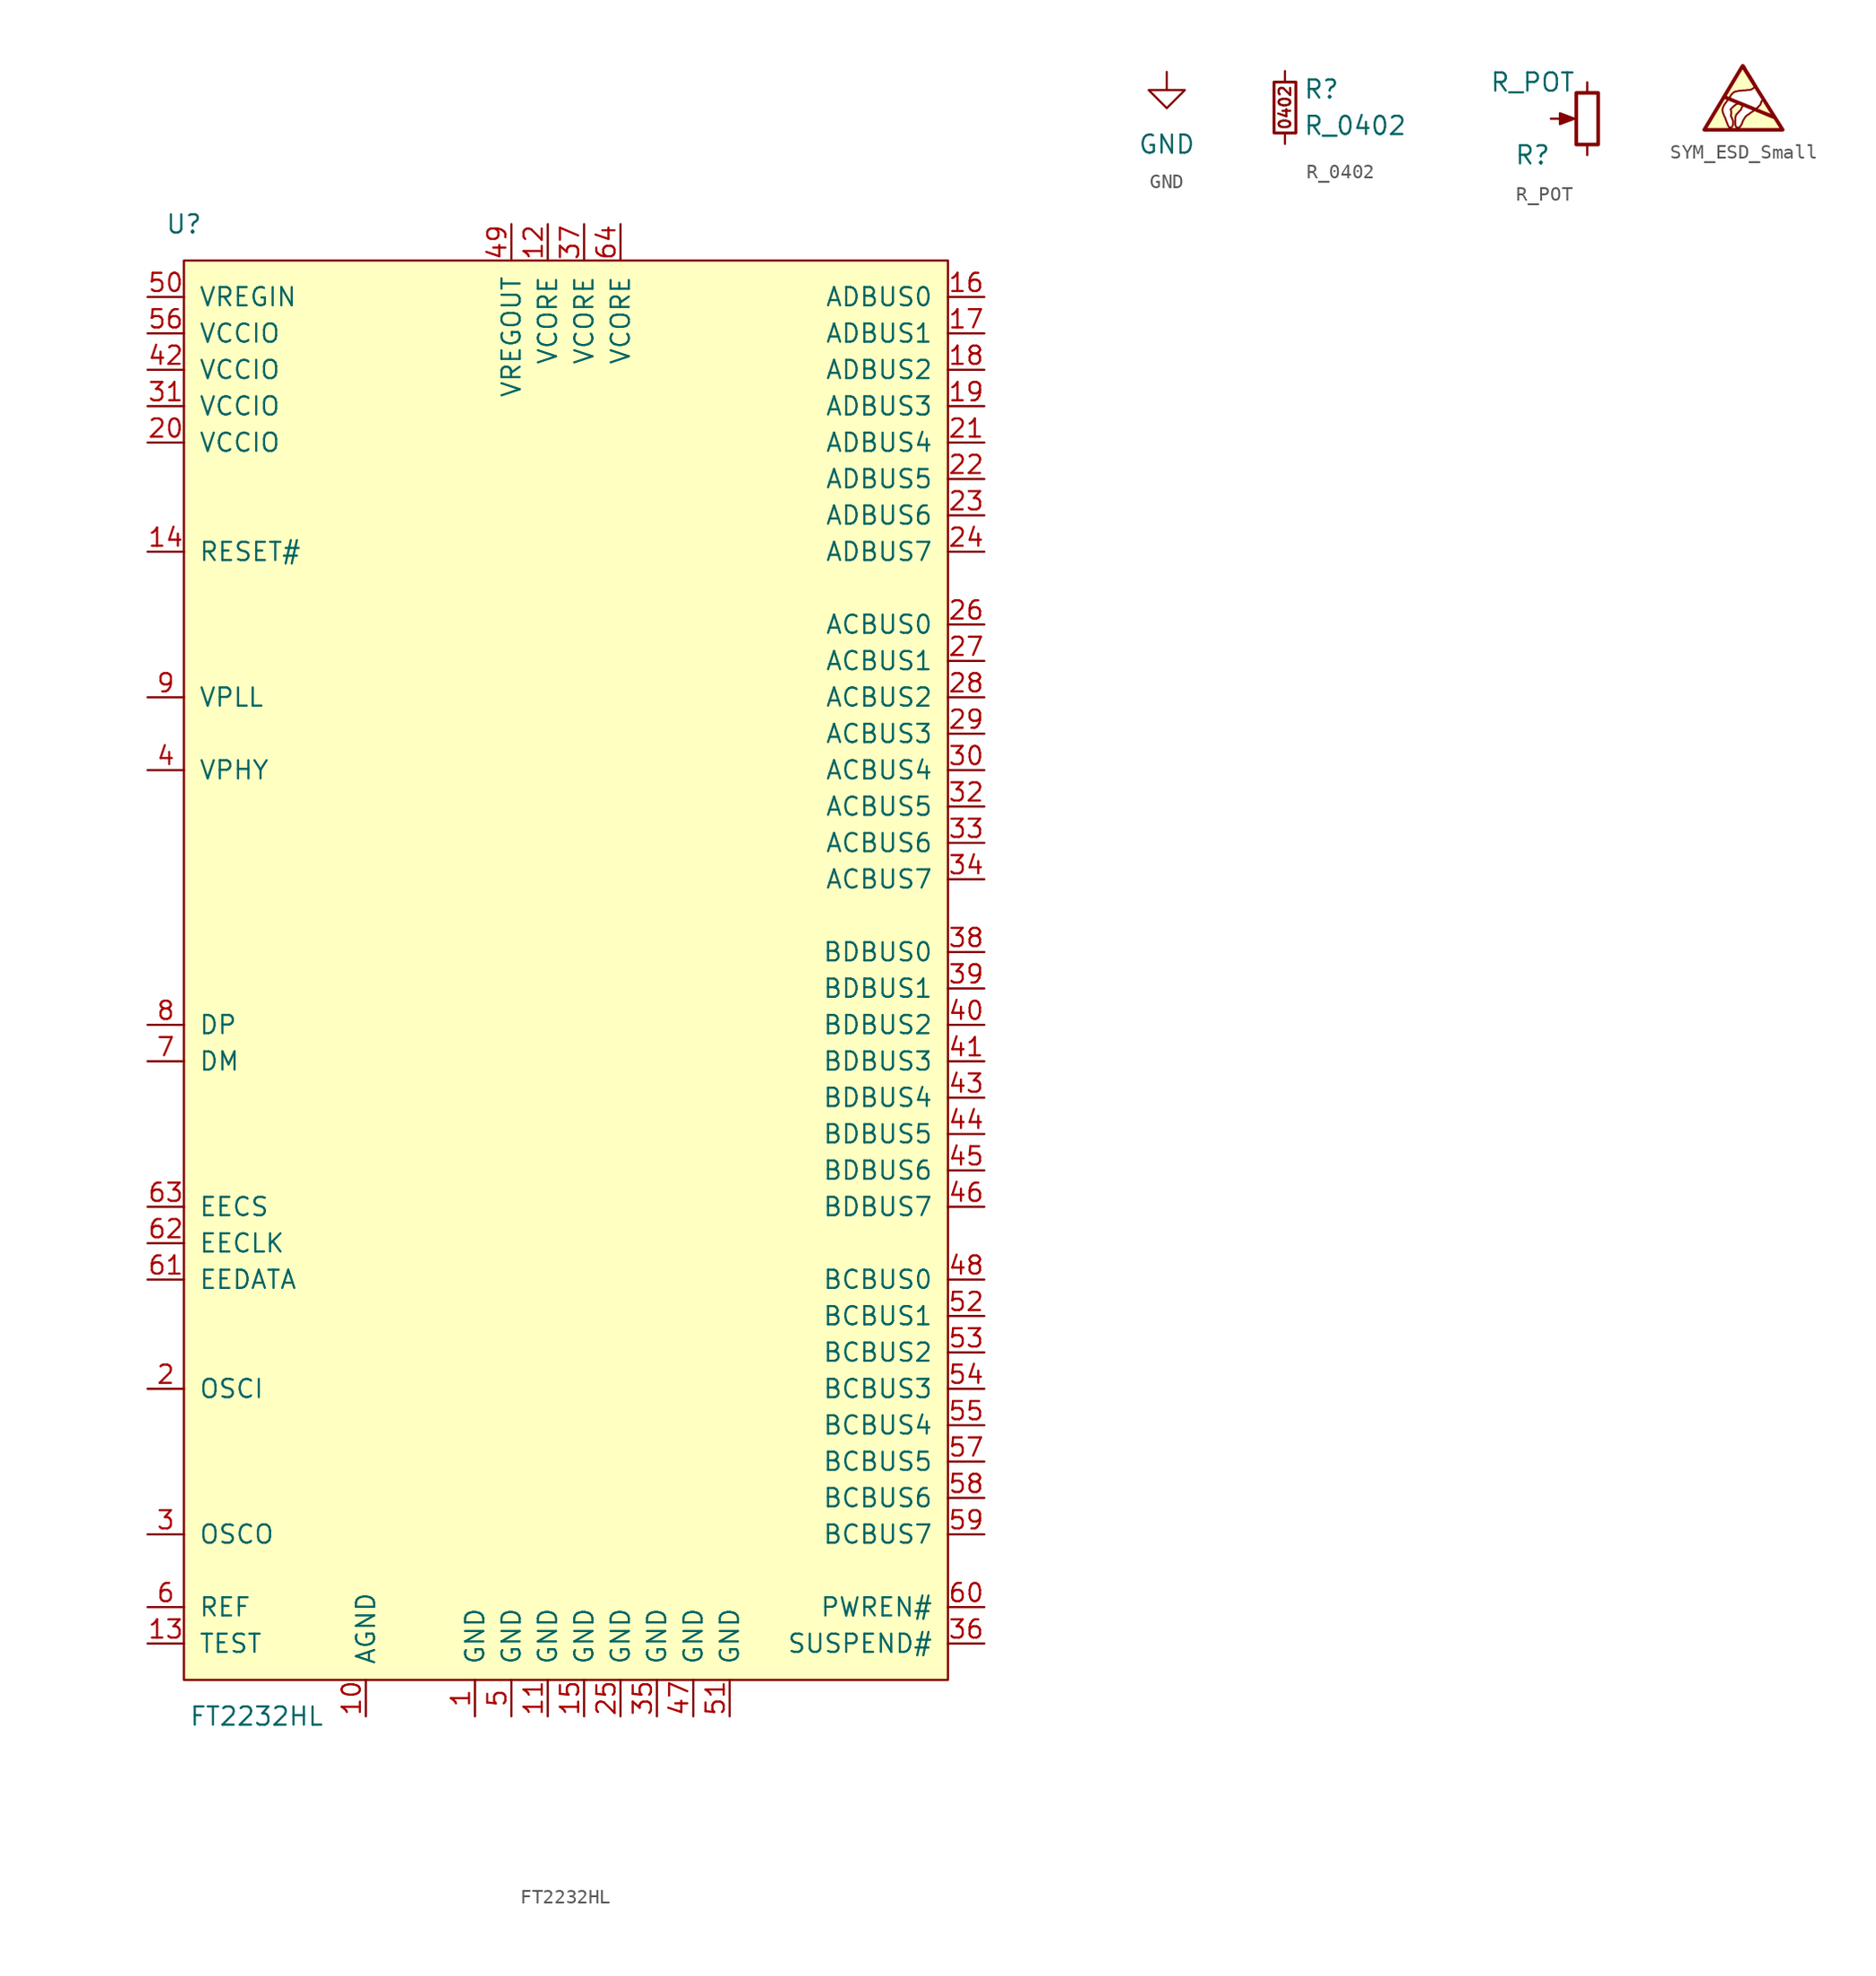
<source format=kicad_sym>
(kicad_symbol_lib
  (version 20211014)
  (generator kicad_symbol_editor)
  (symbol "FT2232HL"
    (pin_names
      (offset 1.016))
    (property "Reference" "U"
      (at -12.7 66.04 0)
      (effects (font (size 1.27 1.27))))
    (property "Value" "FT2232HL"
      (at -7.62 -38.1 0)
      (effects (font (size 1.27 1.27))))
    (symbol "FT2232HL_0_1"
      (rectangle (start -12.7 63.5) (end 40.64 -35.56) (stroke (width 0) (type default) (color 0 0 0 0)) (fill (type background))))
    (symbol "FT2232HL_1_1"
      (pin power_in line (at 7.62 -38.1 90) (length 2.54) (name "GND" (effects (font (size 1.27 1.27)))) (number "1" (effects (font (size 1.27 1.27)))))
      (pin power_in line (at 0 -38.1 90) (length 2.54) (name "AGND" (effects (font (size 1.27 1.27)))) (number "10" (effects (font (size 1.27 1.27)))))
      (pin power_in line (at 12.7 -38.1 90) (length 2.54) (name "GND" (effects (font (size 1.27 1.27)))) (number "11" (effects (font (size 1.27 1.27)))))
      (pin power_in line (at 12.7 66.04 270) (length 2.54) (name "VCORE" (effects (font (size 1.27 1.27)))) (number "12" (effects (font (size 1.27 1.27)))))
      (pin input line (at -15.24 -33.02 0) (length 2.54) (name "TEST" (effects (font (size 1.27 1.27)))) (number "13" (effects (font (size 1.27 1.27)))))
      (pin input line (at -15.24 43.18 0) (length 2.54) (name "RESET#" (effects (font (size 1.27 1.27)))) (number "14" (effects (font (size 1.27 1.27)))))
      (pin power_in line (at 15.24 -38.1 90) (length 2.54) (name "GND" (effects (font (size 1.27 1.27)))) (number "15" (effects (font (size 1.27 1.27)))))
      (pin passive line (at 43.18 60.96 180) (length 2.54) (name "ADBUS0" (effects (font (size 1.27 1.27)))) (number "16" (effects (font (size 1.27 1.27)))))
      (pin passive line (at 43.18 58.42 180) (length 2.54) (name "ADBUS1" (effects (font (size 1.27 1.27)))) (number "17" (effects (font (size 1.27 1.27)))))
      (pin passive line (at 43.18 55.88 180) (length 2.54) (name "ADBUS2" (effects (font (size 1.27 1.27)))) (number "18" (effects (font (size 1.27 1.27)))))
      (pin passive line (at 43.18 53.34 180) (length 2.54) (name "ADBUS3" (effects (font (size 1.27 1.27)))) (number "19" (effects (font (size 1.27 1.27)))))
      (pin input line (at -15.24 -15.24 0) (length 2.54) (name "OSCI" (effects (font (size 1.27 1.27)))) (number "2" (effects (font (size 1.27 1.27)))))
      (pin power_in line (at -15.24 50.8 0) (length 2.54) (name "VCCIO" (effects (font (size 1.27 1.27)))) (number "20" (effects (font (size 1.27 1.27)))))
      (pin passive line (at 43.18 50.8 180) (length 2.54) (name "ADBUS4" (effects (font (size 1.27 1.27)))) (number "21" (effects (font (size 1.27 1.27)))))
      (pin passive line (at 43.18 48.26 180) (length 2.54) (name "ADBUS5" (effects (font (size 1.27 1.27)))) (number "22" (effects (font (size 1.27 1.27)))))
      (pin passive line (at 43.18 45.72 180) (length 2.54) (name "ADBUS6" (effects (font (size 1.27 1.27)))) (number "23" (effects (font (size 1.27 1.27)))))
      (pin passive line (at 43.18 43.18 180) (length 2.54) (name "ADBUS7" (effects (font (size 1.27 1.27)))) (number "24" (effects (font (size 1.27 1.27)))))
      (pin power_in line (at 17.78 -38.1 90) (length 2.54) (name "GND" (effects (font (size 1.27 1.27)))) (number "25" (effects (font (size 1.27 1.27)))))
      (pin passive line (at 43.18 38.1 180) (length 2.54) (name "ACBUS0" (effects (font (size 1.27 1.27)))) (number "26" (effects (font (size 1.27 1.27)))))
      (pin passive line (at 43.18 35.56 180) (length 2.54) (name "ACBUS1" (effects (font (size 1.27 1.27)))) (number "27" (effects (font (size 1.27 1.27)))))
      (pin passive line (at 43.18 33.02 180) (length 2.54) (name "ACBUS2" (effects (font (size 1.27 1.27)))) (number "28" (effects (font (size 1.27 1.27)))))
      (pin passive line (at 43.18 30.48 180) (length 2.54) (name "ACBUS3" (effects (font (size 1.27 1.27)))) (number "29" (effects (font (size 1.27 1.27)))))
      (pin output line (at -15.24 -25.4 0) (length 2.54) (name "OSCO" (effects (font (size 1.27 1.27)))) (number "3" (effects (font (size 1.27 1.27)))))
      (pin passive line (at 43.18 27.94 180) (length 2.54) (name "ACBUS4" (effects (font (size 1.27 1.27)))) (number "30" (effects (font (size 1.27 1.27)))))
      (pin power_in line (at -15.24 53.34 0) (length 2.54) (name "VCCIO" (effects (font (size 1.27 1.27)))) (number "31" (effects (font (size 1.27 1.27)))))
      (pin passive line (at 43.18 25.4 180) (length 2.54) (name "ACBUS5" (effects (font (size 1.27 1.27)))) (number "32" (effects (font (size 1.27 1.27)))))
      (pin passive line (at 43.18 22.86 180) (length 2.54) (name "ACBUS6" (effects (font (size 1.27 1.27)))) (number "33" (effects (font (size 1.27 1.27)))))
      (pin passive line (at 43.18 20.32 180) (length 2.54) (name "ACBUS7" (effects (font (size 1.27 1.27)))) (number "34" (effects (font (size 1.27 1.27)))))
      (pin power_in line (at 20.32 -38.1 90) (length 2.54) (name "GND" (effects (font (size 1.27 1.27)))) (number "35" (effects (font (size 1.27 1.27)))))
      (pin output line (at 43.18 -33.02 180) (length 2.54) (name "SUSPEND#" (effects (font (size 1.27 1.27)))) (number "36" (effects (font (size 1.27 1.27)))))
      (pin power_in line (at 15.24 66.04 270) (length 2.54) (name "VCORE" (effects (font (size 1.27 1.27)))) (number "37" (effects (font (size 1.27 1.27)))))
      (pin passive line (at 43.18 15.24 180) (length 2.54) (name "BDBUS0" (effects (font (size 1.27 1.27)))) (number "38" (effects (font (size 1.27 1.27)))))
      (pin passive line (at 43.18 12.7 180) (length 2.54) (name "BDBUS1" (effects (font (size 1.27 1.27)))) (number "39" (effects (font (size 1.27 1.27)))))
      (pin passive line (at -15.24 27.94 0) (length 2.54) (name "VPHY" (effects (font (size 1.27 1.27)))) (number "4" (effects (font (size 1.27 1.27)))))
      (pin passive line (at 43.18 10.16 180) (length 2.54) (name "BDBUS2" (effects (font (size 1.27 1.27)))) (number "40" (effects (font (size 1.27 1.27)))))
      (pin passive line (at 43.18 7.62 180) (length 2.54) (name "BDBUS3" (effects (font (size 1.27 1.27)))) (number "41" (effects (font (size 1.27 1.27)))))
      (pin power_in line (at -15.24 55.88 0) (length 2.54) (name "VCCIO" (effects (font (size 1.27 1.27)))) (number "42" (effects (font (size 1.27 1.27)))))
      (pin passive line (at 43.18 5.08 180) (length 2.54) (name "BDBUS4" (effects (font (size 1.27 1.27)))) (number "43" (effects (font (size 1.27 1.27)))))
      (pin passive line (at 43.18 2.54 180) (length 2.54) (name "BDBUS5" (effects (font (size 1.27 1.27)))) (number "44" (effects (font (size 1.27 1.27)))))
      (pin passive line (at 43.18 0 180) (length 2.54) (name "BDBUS6" (effects (font (size 1.27 1.27)))) (number "45" (effects (font (size 1.27 1.27)))))
      (pin passive line (at 43.18 -2.54 180) (length 2.54) (name "BDBUS7" (effects (font (size 1.27 1.27)))) (number "46" (effects (font (size 1.27 1.27)))))
      (pin power_in line (at 22.86 -38.1 90) (length 2.54) (name "GND" (effects (font (size 1.27 1.27)))) (number "47" (effects (font (size 1.27 1.27)))))
      (pin passive line (at 43.18 -7.62 180) (length 2.54) (name "BCBUS0" (effects (font (size 1.27 1.27)))) (number "48" (effects (font (size 1.27 1.27)))))
      (pin power_out line (at 10.16 66.04 270) (length 2.54) (name "VREGOUT" (effects (font (size 1.27 1.27)))) (number "49" (effects (font (size 1.27 1.27)))))
      (pin power_in line (at 10.16 -38.1 90) (length 2.54) (name "GND" (effects (font (size 1.27 1.27)))) (number "5" (effects (font (size 1.27 1.27)))))
      (pin power_in line (at -15.24 60.96 0) (length 2.54) (name "VREGIN" (effects (font (size 1.27 1.27)))) (number "50" (effects (font (size 1.27 1.27)))))
      (pin power_in line (at 25.4 -38.1 90) (length 2.54) (name "GND" (effects (font (size 1.27 1.27)))) (number "51" (effects (font (size 1.27 1.27)))))
      (pin passive line (at 43.18 -10.16 180) (length 2.54) (name "BCBUS1" (effects (font (size 1.27 1.27)))) (number "52" (effects (font (size 1.27 1.27)))))
      (pin passive line (at 43.18 -12.7 180) (length 2.54) (name "BCBUS2" (effects (font (size 1.27 1.27)))) (number "53" (effects (font (size 1.27 1.27)))))
      (pin passive line (at 43.18 -15.24 180) (length 2.54) (name "BCBUS3" (effects (font (size 1.27 1.27)))) (number "54" (effects (font (size 1.27 1.27)))))
      (pin passive line (at 43.18 -17.78 180) (length 2.54) (name "BCBUS4" (effects (font (size 1.27 1.27)))) (number "55" (effects (font (size 1.27 1.27)))))
      (pin power_in line (at -15.24 58.42 0) (length 2.54) (name "VCCIO" (effects (font (size 1.27 1.27)))) (number "56" (effects (font (size 1.27 1.27)))))
      (pin passive line (at 43.18 -20.32 180) (length 2.54) (name "BCBUS5" (effects (font (size 1.27 1.27)))) (number "57" (effects (font (size 1.27 1.27)))))
      (pin passive line (at 43.18 -22.86 180) (length 2.54) (name "BCBUS6" (effects (font (size 1.27 1.27)))) (number "58" (effects (font (size 1.27 1.27)))))
      (pin passive line (at 43.18 -25.4 180) (length 2.54) (name "BCBUS7" (effects (font (size 1.27 1.27)))) (number "59" (effects (font (size 1.27 1.27)))))
      (pin input line (at -15.24 -30.48 0) (length 2.54) (name "REF" (effects (font (size 1.27 1.27)))) (number "6" (effects (font (size 1.27 1.27)))))
      (pin output line (at 43.18 -30.48 180) (length 2.54) (name "PWREN#" (effects (font (size 1.27 1.27)))) (number "60" (effects (font (size 1.27 1.27)))))
      (pin bidirectional line (at -15.24 -7.62 0) (length 2.54) (name "EEDATA" (effects (font (size 1.27 1.27)))) (number "61" (effects (font (size 1.27 1.27)))))
      (pin output line (at -15.24 -5.08 0) (length 2.54) (name "EECLK" (effects (font (size 1.27 1.27)))) (number "62" (effects (font (size 1.27 1.27)))))
      (pin bidirectional line (at -15.24 -2.54 0) (length 2.54) (name "EECS" (effects (font (size 1.27 1.27)))) (number "63" (effects (font (size 1.27 1.27)))))
      (pin power_in line (at 17.78 66.04 270) (length 2.54) (name "VCORE" (effects (font (size 1.27 1.27)))) (number "64" (effects (font (size 1.27 1.27)))))
      (pin bidirectional line (at -15.24 7.62 0) (length 2.54) (name "DM" (effects (font (size 1.27 1.27)))) (number "7" (effects (font (size 1.27 1.27)))))
      (pin bidirectional line (at -15.24 10.16 0) (length 2.54) (name "DP" (effects (font (size 1.27 1.27)))) (number "8" (effects (font (size 1.27 1.27)))))
      (pin passive line (at -15.24 33.02 0) (length 2.54) (name "VPLL" (effects (font (size 1.27 1.27)))) (number "9" (effects (font (size 1.27 1.27)))))))
  (symbol "GND"
    (power)
    (pin_numbers hide)
    (pin_names
      (offset 0))
    (property "Reference" "#PWR"
      (at 2.54 -2.54 90)
      (effects (font (size 1.27 1.27)) hide))
    (property "Value" "GND"
      (at 0 -5.08 0)
      (effects (font (size 1.27 1.27))))
    (symbol "GND_1_1"
      (polyline (pts (xy 0 0) (xy 0 -1.27) (xy 1.27 -1.27) (xy 0 -2.54) (xy -1.27 -1.27) (xy 0 -1.27)) (stroke (width 0) (type default) (color 0 0 0 0)) (fill (type none)))
      (pin power_in line (at 0 0 90) (length 0) hide (name "GND" (effects (font (size 1.27 1.27)))) (number "1" (effects (font (size 1.27 1.27)))))))
  (symbol "R_0402"
    (pin_numbers hide)
    (pin_names
      (offset 0.254) hide)
    (property "Reference" "R"
      (at 1.27 1.27 0)
      (effects (font (size 1.27 1.27)) (justify left)))
    (property "Value" "R_0402"
      (at 1.27 -1.27 0)
      (effects (font (size 1.27 1.27)) (justify left)))
    (symbol "R_0402_0_0"
      (text "0402" (at 0 0 900) (effects (font (size 0.8 0.8)))))
    (symbol "R_0402_0_1"
      (rectangle (start -0.762 1.778) (end 0.762 -1.778) (stroke (width 0.203) (type default) (color 0 0 0 0)) (fill (type none))))
    (symbol "R_0402_1_1"
      (pin passive line (at 0 2.54 270) (length 0.762) (name "~" (effects (font (size 1.27 1.27)))) (number "1" (effects (font (size 1.27 1.27)))))
      (pin passive line (at 0 -2.54 90) (length 0.762) (name "~" (effects (font (size 1.27 1.27)))) (number "2" (effects (font (size 1.27 1.27)))))))
  (symbol "R_POT"
    (pin_numbers hide)
    (pin_names
      (offset 1.016) hide)
    (property "Reference" "R"
      (at -3.81 -2.54 0)
      (effects (font (size 1.27 1.27))))
    (property "Value" "R_POT"
      (at -3.81 2.54 0)
      (effects (font (size 1.27 1.27))))
    (symbol "R_POT_1_1"
      (rectangle (start -0.762 1.803) (end 0.762 -1.803) (stroke (width 0.254) (type default) (color 0 0 0 0)) (fill (type none)))
      (polyline (pts (xy -1.143 0) (xy -0.889 0) (xy -1.905 0.381) (xy -1.905 -0.381) (xy -0.889 0) (xy -1.143 0)) (stroke (width 0) (type default) (color 0 0 0 0)) (fill (type outline)))
      (pin passive line (at 0 2.54 270) (length 0.635) (name "1" (effects (font (size 0.635 0.635)))) (number "1" (effects (font (size 0.635 0.635)))))
      (pin passive line (at -2.54 0 0) (length 0.991) (name "2" (effects (font (size 0.635 0.635)))) (number "2" (effects (font (size 0.635 0.635)))))
      (pin passive line (at 0 -2.54 90) (length 0.635) (name "3" (effects (font (size 0.635 0.635)))) (number "3" (effects (font (size 0.635 0.635)))))))
  (symbol "SYM_ESD_Small"
    (pin_names
      (offset 1.016))
    (property "Reference" "SYM"
      (at 0 3.556 0)
      (effects (font (size 1.27 1.27)) hide))
    (symbol "SYM_ESD_Small_0_0"
      (polyline (pts (xy -1.27 0.381) (xy 2.159 -1.016)) (stroke (width 0.254) (type default) (color 0 0 0 0)) (fill (type none)))
      (polyline (pts (xy -2.667 -1.905) (xy 2.794 -1.905) (xy 0 2.54) (xy -2.667 -1.905)) (stroke (width 0.254) (type default) (color 0 0 0 0)) (fill (type none)))
      (polyline (pts (xy 2.743 -1.905) (xy 2.718 -1.88) (xy 2.616 -1.676) (xy 2.565 -1.6) (xy 2.489 -1.499) (xy 2.438 -1.372) (xy 1.753 -0.229) (xy 1.702 -0.127) (xy 1.626 -0.051) (xy 1.6 0.051) (xy 1.549 0.102) (xy 1.499 0.203) (xy 1.473 0.229) (xy 1.473 0.203) (xy 1.448 0.203) (xy 1.321 0.076) (xy 1.295 0.025) (xy 1.295 -0.025) (xy 1.27 -0.076) (xy 1.245 -0.152) (xy 1.143 -0.254) (xy 1.092 -0.33) (xy 1.041 -0.356) (xy 0.914 -0.483) (xy 0.762 -0.584) (xy 0.66 -0.66) (xy 0.508 -0.762) (xy 0.457 -0.813) (xy 0.356 -0.864) (xy 0.305 -0.914) (xy 0.229 -0.965) (xy 0.076 -1.194) (xy 0.025 -1.295) (xy -0.025 -1.422) (xy -0.051 -1.499) (xy -0.102 -1.575) (xy -0.127 -1.651) (xy -0.178 -1.676) (xy -0.203 -1.727) (xy -0.254 -1.753) (xy -0.406 -1.753) (xy -0.406 -1.727) (xy -0.457 -1.702) (xy -0.483 -1.626) (xy -0.508 -1.524) (xy -0.508 -1.092) (xy -0.457 -0.889) (xy -0.406 -0.813) (xy -0.254 -0.66) (xy -0.203 -0.584) (xy -0.127 -0.533) (xy -0.102 -0.483) (xy -0.076 -0.406) (xy -0.051 -0.356) (xy -0.025 -0.33) (xy -0.025 -0.279) (xy 0 -0.229) (xy -0.076 -0.152) (xy -0.127 -0.127) (xy -0.152 -0.076) (xy -0.203 -0.051) (xy -0.229 -0.025) (xy -0.254 -0.025) (xy -0.305 -0.076) (xy -0.356 -0.102) (xy -0.432 -0.127) (xy -0.483 -0.152) (xy -0.559 -0.229) (xy -0.61 -0.254) (xy -0.838 -0.483) (xy -0.813 -0.559) (xy -0.787 -0.584) (xy -0.787 -0.864) (xy -0.813 -0.889) (xy -0.813 -0.965) (xy -0.762 -1.016) (xy -0.762 -1.041) (xy -0.66 -1.295) (xy -0.66 -1.575) (xy -0.686 -1.6) (xy -0.686 -1.626) (xy -0.737 -1.702) (xy -0.838 -1.753) (xy -0.914 -1.753) (xy -0.94 -1.727) (xy -0.965 -1.676) (xy -1.016 -1.6) (xy -1.041 -1.524) (xy -1.143 -1.27) (xy -1.219 -1.041) (xy -1.27 -0.965) (xy -1.295 -0.889) (xy -1.321 -0.838) (xy -1.321 -0.813) (xy -1.372 -0.711) (xy -1.397 -0.584) (xy -1.397 -0.483) (xy -1.372 -0.381) (xy -1.321 -0.254) (xy -1.295 -0.203) (xy -1.194 -0.051) (xy -1.041 0.152) (xy -0.991 0.203) (xy -0.965 0.254) (xy -0.914 0.33) (xy -0.889 0.381) (xy -0.864 0.381) (xy -0.813 0.508) (xy -0.61 0.711) (xy -0.533 0.737) (xy -0.508 0.762) (xy -0.432 0.762) (xy -0.356 0.787) (xy -0.229 0.813) (xy -0.102 0.813) (xy 0.051 0.838) (xy 0.203 0.838) (xy 0.305 0.864) (xy 0.483 0.864) (xy 0.533 0.889) (xy 0.584 0.889) (xy 0.686 0.94) (xy 0.711 0.965) (xy 0.762 0.991) (xy 0.813 1.041) (xy 0.864 1.067) (xy 0.889 1.118) (xy 0.914 1.143) (xy 0.914 1.194) (xy 0.889 1.219) (xy 0.864 1.27) (xy 0.813 1.346) (xy 0.711 1.549) (xy 0.635 1.651) (xy 0.584 1.753) (xy 0.508 1.88) (xy 0.457 1.956) (xy 0.381 2.083) (xy 0.305 2.184) (xy 0.254 2.286) (xy 0.203 2.362) (xy 0.178 2.438) (xy 0.102 2.515) (xy 0.102 2.54) (xy 0.076 2.565) (xy 0.076 2.591) (xy 0.025 2.591) (xy 0.025 2.565) (xy -0.025 2.515) (xy -0.102 2.362) (xy -0.254 2.134) (xy -0.305 2.032) (xy -0.457 1.778) (xy -0.559 1.626) (xy -0.762 1.27) (xy -0.889 1.067) (xy -1.016 0.838) (xy -1.168 0.61) (xy -1.321 0.33) (xy -1.397 0.203) (xy -1.524 -0.025) (xy -1.778 -0.432) (xy -1.88 -0.635) (xy -2.007 -0.813) (xy -2.108 -0.991) (xy -2.21 -1.143) (xy -2.286 -1.295) (xy -2.438 -1.549) (xy -2.489 -1.651) (xy -2.565 -1.753) (xy -2.591 -1.829) (xy -2.616 -1.88) (xy -2.642 -1.905) (xy -2.642 -1.93) (xy 2.743 -1.93) (xy 2.743 -1.905)) (stroke (width 0.127) (type default) (color 0 0 0 0)) (fill (type background))))))
</source>
